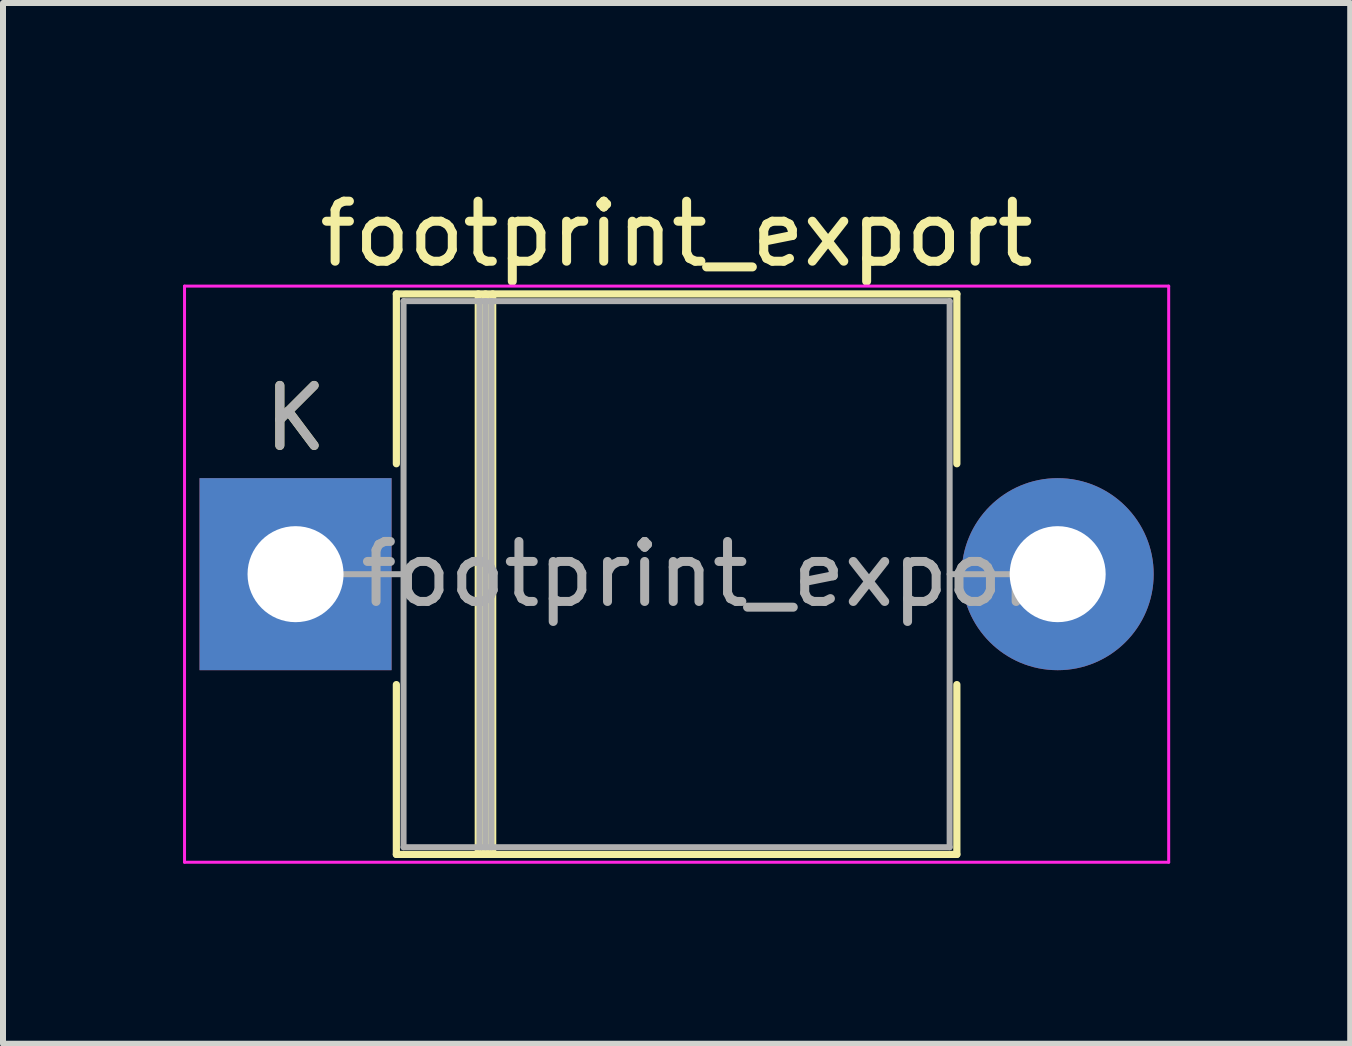
<source format=kicad_pcb>
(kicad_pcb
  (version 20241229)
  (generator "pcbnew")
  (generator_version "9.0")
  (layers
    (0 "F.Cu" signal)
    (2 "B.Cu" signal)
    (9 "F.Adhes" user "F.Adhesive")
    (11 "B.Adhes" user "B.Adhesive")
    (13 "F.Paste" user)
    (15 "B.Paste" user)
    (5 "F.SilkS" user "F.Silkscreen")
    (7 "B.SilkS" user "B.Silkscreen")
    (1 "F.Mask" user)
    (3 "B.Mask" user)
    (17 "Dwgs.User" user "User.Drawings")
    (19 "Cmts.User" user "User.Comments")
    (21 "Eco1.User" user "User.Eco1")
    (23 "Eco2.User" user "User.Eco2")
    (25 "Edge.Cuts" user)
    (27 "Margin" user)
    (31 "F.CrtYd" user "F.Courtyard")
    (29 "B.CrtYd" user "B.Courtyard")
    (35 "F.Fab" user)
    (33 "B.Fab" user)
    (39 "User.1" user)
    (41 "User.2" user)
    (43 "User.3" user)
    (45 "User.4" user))
  (footprint "footprint_export"
    (layer "F.Cu")
    (at 1.875 6.518)
    (property "Reference" "footprint_export" (at 6.35 -5.67 0) (layer "F.SilkS") (effects (font (size 1 1) (thickness 0.15))))
    (attr through_hole)
    (fp_line (start 1.68 -4.67) (end 11.02 -4.67) (stroke (width 0.12) (type solid)) (layer "F.SilkS"))
    (fp_line (start 1.68 -1.84) (end 1.68 -4.67) (stroke (width 0.12) (type solid)) (layer "F.SilkS"))
    (fp_line (start 1.68 1.84) (end 1.68 4.67) (stroke (width 0.12) (type solid)) (layer "F.SilkS"))
    (fp_line (start 1.68 4.67) (end 11.02 4.67) (stroke (width 0.12) (type solid)) (layer "F.SilkS"))
    (fp_line (start 3.045 -4.67) (end 3.045 4.67) (stroke (width 0.12) (type solid)) (layer "F.SilkS"))
    (fp_line (start 3.165 -4.67) (end 3.165 4.67) (stroke (width 0.12) (type solid)) (layer "F.SilkS"))
    (fp_line (start 3.285 -4.67) (end 3.285 4.67) (stroke (width 0.12) (type solid)) (layer "F.SilkS"))
    (fp_line (start 11.02 -4.67) (end 11.02 -1.84) (stroke (width 0.12) (type solid)) (layer "F.SilkS"))
    (fp_line (start 11.02 4.67) (end 11.02 1.84) (stroke (width 0.12) (type solid)) (layer "F.SilkS"))
    (fp_line (start -1.85 -4.8) (end -1.85 4.8) (stroke (width 0.05) (type solid)) (layer "F.CrtYd"))
    (fp_line (start -1.85 4.8) (end 14.55 4.8) (stroke (width 0.05) (type solid)) (layer "F.CrtYd"))
    (fp_line (start 14.55 -4.8) (end -1.85 -4.8) (stroke (width 0.05) (type solid)) (layer "F.CrtYd"))
    (fp_line (start 14.55 4.8) (end 14.55 -4.8) (stroke (width 0.05) (type solid)) (layer "F.CrtYd"))
    (fp_line (start 0 0) (end 1.8 0) (stroke (width 0.1) (type solid)) (layer "F.Fab"))
    (fp_line (start 1.8 -4.55) (end 1.8 4.55) (stroke (width 0.1) (type solid)) (layer "F.Fab"))
    (fp_line (start 1.8 4.55) (end 10.9 4.55) (stroke (width 0.1) (type solid)) (layer "F.Fab"))
    (fp_line (start 3.065 -4.55) (end 3.065 4.55) (stroke (width 0.1) (type solid)) (layer "F.Fab"))
    (fp_line (start 3.165 -4.55) (end 3.165 4.55) (stroke (width 0.1) (type solid)) (layer "F.Fab"))
    (fp_line (start 3.265 -4.55) (end 3.265 4.55) (stroke (width 0.1) (type solid)) (layer "F.Fab"))
    (fp_line (start 10.9 -4.55) (end 1.8 -4.55) (stroke (width 0.1) (type solid)) (layer "F.Fab"))
    (fp_line (start 10.9 4.55) (end 10.9 -4.55) (stroke (width 0.1) (type solid)) (layer "F.Fab"))
    (fp_line (start 12.7 0) (end 10.9 0) (stroke (width 0.1) (type solid)) (layer "F.Fab"))
    (fp_text user "K" (at 0 -2.6 0) (layer "F.SilkS") (effects (font (size 1 1) (thickness 0.15))))
    (fp_text user "${REFERENCE}" (at 7.032 0 0) (layer "F.Fab") (effects (font (size 1 1) (thickness 0.15))))
    (fp_text user "K" (at 0 -2.6 0) (layer "F.Fab") (effects (font (size 1 1) (thickness 0.15))))
    (pad "1" thru_hole rect (at 0 0) (size 3.2 3.2) (drill 1.6) (layers "*.Cu" "*.Mask"))
    (pad "2" thru_hole oval (at 12.7 0) (size 3.2 3.2) (drill 1.6) (layers "*.Cu" "*.Mask")))
  (gr_rect
    (start -3 -3)
    (end 19.45 14.343)
    (stroke (width 0.1) (type default))
    (fill no)
    (layer "Edge.Cuts")))
</source>
